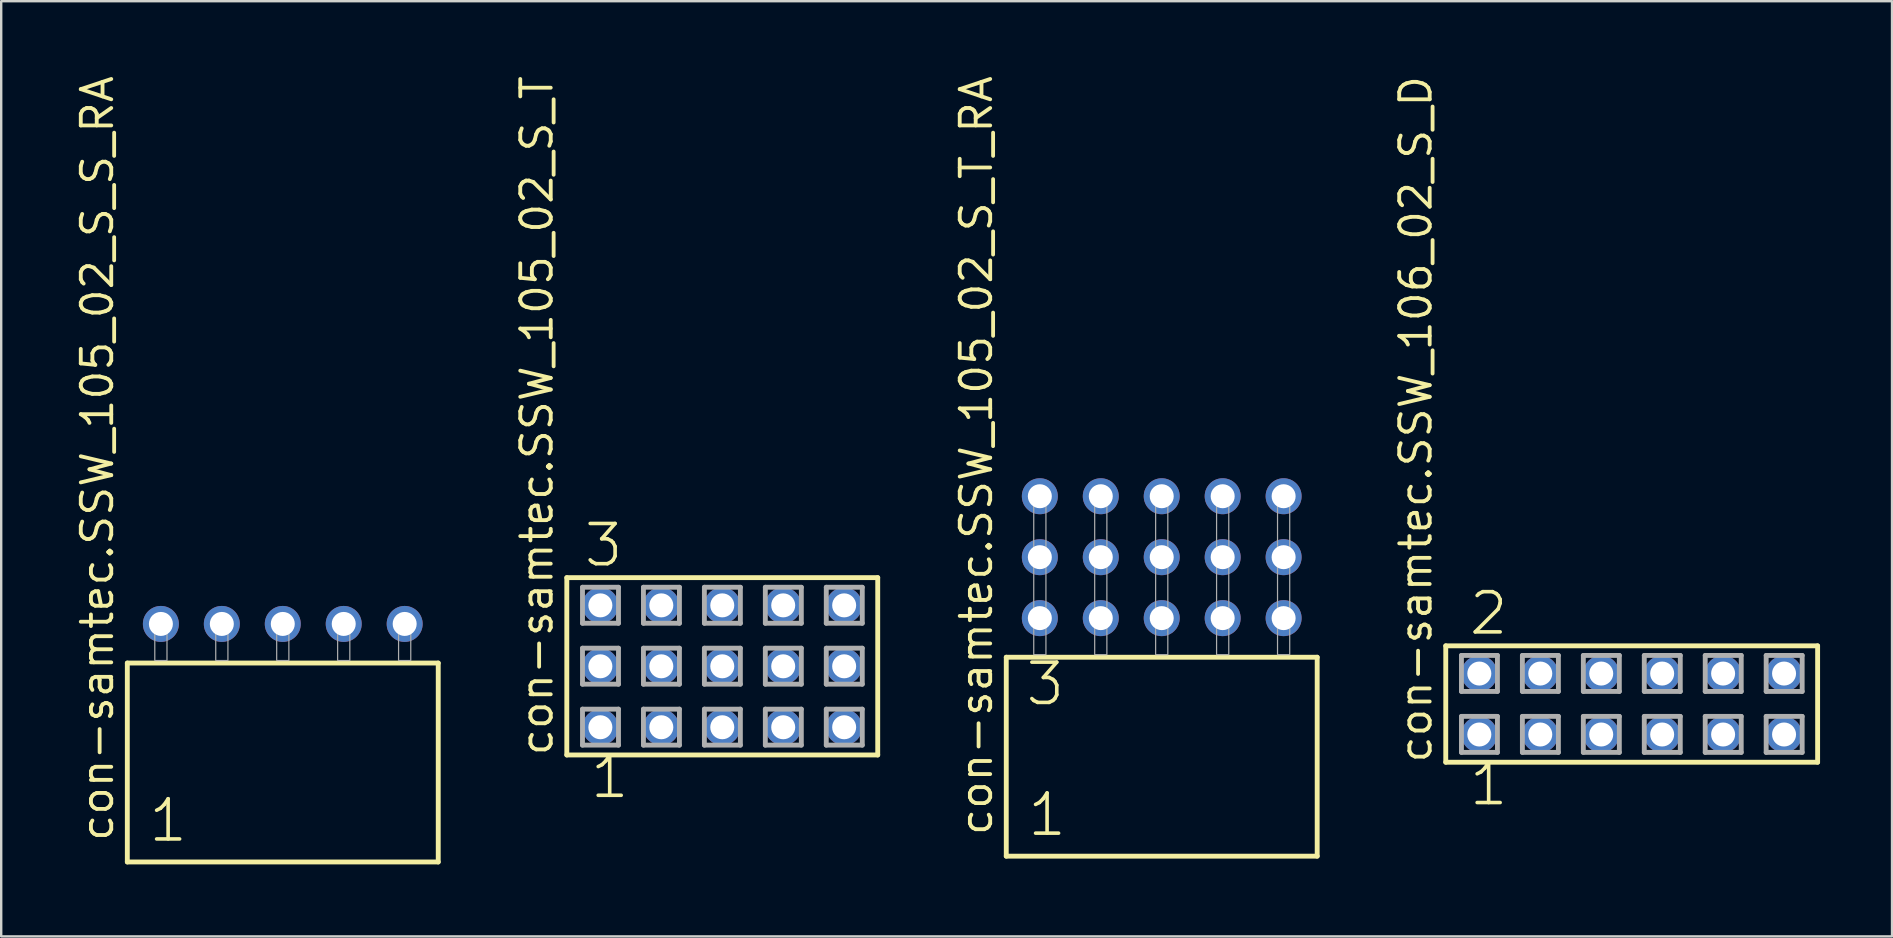
<source format=kicad_pcb>
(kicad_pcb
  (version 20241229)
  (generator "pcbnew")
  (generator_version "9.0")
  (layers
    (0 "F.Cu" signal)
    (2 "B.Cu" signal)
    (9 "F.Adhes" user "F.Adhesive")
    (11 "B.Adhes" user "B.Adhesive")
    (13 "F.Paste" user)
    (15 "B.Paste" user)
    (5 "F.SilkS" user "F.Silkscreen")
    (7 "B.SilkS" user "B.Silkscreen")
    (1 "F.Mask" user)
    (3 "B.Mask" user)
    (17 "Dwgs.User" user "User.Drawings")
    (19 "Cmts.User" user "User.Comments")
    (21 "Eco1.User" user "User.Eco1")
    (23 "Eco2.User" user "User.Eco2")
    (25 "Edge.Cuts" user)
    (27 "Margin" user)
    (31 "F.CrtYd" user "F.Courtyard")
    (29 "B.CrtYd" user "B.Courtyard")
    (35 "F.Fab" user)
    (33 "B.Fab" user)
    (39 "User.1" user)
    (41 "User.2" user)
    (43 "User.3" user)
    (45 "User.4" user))
  (footprint "con-samtec.SSW_105_02_S_T"
    (layer "F.Cu")
    (at 27.051 24.719)
    (property "Reference" "con-samtec.SSW_105_02_S_T" (at -6.985 3.81 90) (layer "F.SilkS") (effects (font (size 1.27 1.27) (thickness 0.16)) (justify left bottom)))
    (attr through_hole)
    (fp_line (start -6.479 -3.695) (end 6.479 -3.695) (stroke (width 0.203) (type default)) (layer "F.SilkS"))
    (fp_line (start -6.479 3.695) (end -6.479 -3.695) (stroke (width 0.203) (type default)) (layer "F.SilkS"))
    (fp_line (start 6.479 -3.695) (end 6.479 3.695) (stroke (width 0.203) (type default)) (layer "F.SilkS"))
    (fp_line (start 6.479 3.695) (end -6.479 3.695) (stroke (width 0.203) (type default)) (layer "F.SilkS"))
    (fp_line (start -5.825 -3.295) (end -4.325 -3.295) (stroke (width 0.203) (type default)) (layer "F.Fab"))
    (fp_line (start -5.825 -1.795) (end -5.825 -3.295) (stroke (width 0.203) (type default)) (layer "F.Fab"))
    (fp_line (start -5.825 -0.755) (end -4.325 -0.755) (stroke (width 0.203) (type default)) (layer "F.Fab"))
    (fp_line (start -5.825 0.745) (end -5.825 -0.755) (stroke (width 0.203) (type default)) (layer "F.Fab"))
    (fp_line (start -5.825 1.785) (end -4.325 1.785) (stroke (width 0.203) (type default)) (layer "F.Fab"))
    (fp_line (start -5.825 3.285) (end -5.825 1.785) (stroke (width 0.203) (type default)) (layer "F.Fab"))
    (fp_line (start -4.325 -3.295) (end -4.325 -1.795) (stroke (width 0.203) (type default)) (layer "F.Fab"))
    (fp_line (start -4.325 -1.795) (end -5.825 -1.795) (stroke (width 0.203) (type default)) (layer "F.Fab"))
    (fp_line (start -4.325 -0.755) (end -4.325 0.745) (stroke (width 0.203) (type default)) (layer "F.Fab"))
    (fp_line (start -4.325 0.745) (end -5.825 0.745) (stroke (width 0.203) (type default)) (layer "F.Fab"))
    (fp_line (start -4.325 1.785) (end -4.325 3.285) (stroke (width 0.203) (type default)) (layer "F.Fab"))
    (fp_line (start -4.325 3.285) (end -5.825 3.285) (stroke (width 0.203) (type default)) (layer "F.Fab"))
    (fp_line (start -3.285 -3.295) (end -1.785 -3.295) (stroke (width 0.203) (type default)) (layer "F.Fab"))
    (fp_line (start -3.285 -1.795) (end -3.285 -3.295) (stroke (width 0.203) (type default)) (layer "F.Fab"))
    (fp_line (start -3.285 -0.755) (end -1.785 -0.755) (stroke (width 0.203) (type default)) (layer "F.Fab"))
    (fp_line (start -3.285 0.745) (end -3.285 -0.755) (stroke (width 0.203) (type default)) (layer "F.Fab"))
    (fp_line (start -3.285 1.785) (end -1.785 1.785) (stroke (width 0.203) (type default)) (layer "F.Fab"))
    (fp_line (start -3.285 3.285) (end -3.285 1.785) (stroke (width 0.203) (type default)) (layer "F.Fab"))
    (fp_line (start -1.785 -3.295) (end -1.785 -1.795) (stroke (width 0.203) (type default)) (layer "F.Fab"))
    (fp_line (start -1.785 -1.795) (end -3.285 -1.795) (stroke (width 0.203) (type default)) (layer "F.Fab"))
    (fp_line (start -1.785 -0.755) (end -1.785 0.745) (stroke (width 0.203) (type default)) (layer "F.Fab"))
    (fp_line (start -1.785 0.745) (end -3.285 0.745) (stroke (width 0.203) (type default)) (layer "F.Fab"))
    (fp_line (start -1.785 1.785) (end -1.785 3.285) (stroke (width 0.203) (type default)) (layer "F.Fab"))
    (fp_line (start -1.785 3.285) (end -3.285 3.285) (stroke (width 0.203) (type default)) (layer "F.Fab"))
    (fp_line (start -0.745 -3.295) (end 0.755 -3.295) (stroke (width 0.203) (type default)) (layer "F.Fab"))
    (fp_line (start -0.745 -1.795) (end -0.745 -3.295) (stroke (width 0.203) (type default)) (layer "F.Fab"))
    (fp_line (start -0.745 -0.755) (end 0.755 -0.755) (stroke (width 0.203) (type default)) (layer "F.Fab"))
    (fp_line (start -0.745 0.745) (end -0.745 -0.755) (stroke (width 0.203) (type default)) (layer "F.Fab"))
    (fp_line (start -0.745 1.785) (end 0.755 1.785) (stroke (width 0.203) (type default)) (layer "F.Fab"))
    (fp_line (start -0.745 3.285) (end -0.745 1.785) (stroke (width 0.203) (type default)) (layer "F.Fab"))
    (fp_line (start 0.755 -3.295) (end 0.755 -1.795) (stroke (width 0.203) (type default)) (layer "F.Fab"))
    (fp_line (start 0.755 -1.795) (end -0.745 -1.795) (stroke (width 0.203) (type default)) (layer "F.Fab"))
    (fp_line (start 0.755 -0.755) (end 0.755 0.745) (stroke (width 0.203) (type default)) (layer "F.Fab"))
    (fp_line (start 0.755 0.745) (end -0.745 0.745) (stroke (width 0.203) (type default)) (layer "F.Fab"))
    (fp_line (start 0.755 1.785) (end 0.755 3.285) (stroke (width 0.203) (type default)) (layer "F.Fab"))
    (fp_line (start 0.755 3.285) (end -0.745 3.285) (stroke (width 0.203) (type default)) (layer "F.Fab"))
    (fp_line (start 1.795 -3.295) (end 3.295 -3.295) (stroke (width 0.203) (type default)) (layer "F.Fab"))
    (fp_line (start 1.795 -1.795) (end 1.795 -3.295) (stroke (width 0.203) (type default)) (layer "F.Fab"))
    (fp_line (start 1.795 -0.755) (end 3.295 -0.755) (stroke (width 0.203) (type default)) (layer "F.Fab"))
    (fp_line (start 1.795 0.745) (end 1.795 -0.755) (stroke (width 0.203) (type default)) (layer "F.Fab"))
    (fp_line (start 1.795 1.785) (end 3.295 1.785) (stroke (width 0.203) (type default)) (layer "F.Fab"))
    (fp_line (start 1.795 3.285) (end 1.795 1.785) (stroke (width 0.203) (type default)) (layer "F.Fab"))
    (fp_line (start 3.295 -3.295) (end 3.295 -1.795) (stroke (width 0.203) (type default)) (layer "F.Fab"))
    (fp_line (start 3.295 -1.795) (end 1.795 -1.795) (stroke (width 0.203) (type default)) (layer "F.Fab"))
    (fp_line (start 3.295 -0.755) (end 3.295 0.745) (stroke (width 0.203) (type default)) (layer "F.Fab"))
    (fp_line (start 3.295 0.745) (end 1.795 0.745) (stroke (width 0.203) (type default)) (layer "F.Fab"))
    (fp_line (start 3.295 1.785) (end 3.295 3.285) (stroke (width 0.203) (type default)) (layer "F.Fab"))
    (fp_line (start 3.295 3.285) (end 1.795 3.285) (stroke (width 0.203) (type default)) (layer "F.Fab"))
    (fp_line (start 4.335 -3.295) (end 5.835 -3.295) (stroke (width 0.203) (type default)) (layer "F.Fab"))
    (fp_line (start 4.335 -1.795) (end 4.335 -3.295) (stroke (width 0.203) (type default)) (layer "F.Fab"))
    (fp_line (start 4.335 -0.755) (end 5.835 -0.755) (stroke (width 0.203) (type default)) (layer "F.Fab"))
    (fp_line (start 4.335 0.745) (end 4.335 -0.755) (stroke (width 0.203) (type default)) (layer "F.Fab"))
    (fp_line (start 4.335 1.785) (end 5.835 1.785) (stroke (width 0.203) (type default)) (layer "F.Fab"))
    (fp_line (start 4.335 3.285) (end 4.335 1.785) (stroke (width 0.203) (type default)) (layer "F.Fab"))
    (fp_line (start 5.835 -3.295) (end 5.835 -1.795) (stroke (width 0.203) (type default)) (layer "F.Fab"))
    (fp_line (start 5.835 -1.795) (end 4.335 -1.795) (stroke (width 0.203) (type default)) (layer "F.Fab"))
    (fp_line (start 5.835 -0.755) (end 5.835 0.745) (stroke (width 0.203) (type default)) (layer "F.Fab"))
    (fp_line (start 5.835 0.745) (end 4.335 0.745) (stroke (width 0.203) (type default)) (layer "F.Fab"))
    (fp_line (start 5.835 1.785) (end 5.835 3.285) (stroke (width 0.203) (type default)) (layer "F.Fab"))
    (fp_line (start 5.835 3.285) (end 4.335 3.285) (stroke (width 0.203) (type default)) (layer "F.Fab"))
    (fp_text user "3" (at -5.842 -4.064 0) (layer "F.SilkS") (effects (font (size 1.676 1.676) (thickness 0.15)) (justify left bottom)))
    (fp_text user "1" (at -5.588 5.588 0) (layer "F.SilkS") (effects (font (size 1.676 1.676) (thickness 0.15)) (justify left bottom)))
    (pad "1" thru_hole circle (at -5.08 2.54) (size 1.5 1.5) (drill 1) (layers "*.Cu" "*.Mask"))
    (pad "2" thru_hole circle (at -5.08 0) (size 1.5 1.5) (drill 1) (layers "*.Cu" "*.Mask"))
    (pad "3" thru_hole circle (at -5.08 -2.54) (size 1.5 1.5) (drill 1) (layers "*.Cu" "*.Mask"))
    (pad "4" thru_hole circle (at -2.54 2.54) (size 1.5 1.5) (drill 1) (layers "*.Cu" "*.Mask"))
    (pad "5" thru_hole circle (at -2.54 0) (size 1.5 1.5) (drill 1) (layers "*.Cu" "*.Mask"))
    (pad "6" thru_hole circle (at -2.54 -2.54) (size 1.5 1.5) (drill 1) (layers "*.Cu" "*.Mask"))
    (pad "7" thru_hole circle (at 0 2.54) (size 1.5 1.5) (drill 1) (layers "*.Cu" "*.Mask"))
    (pad "8" thru_hole circle (at 0 0) (size 1.5 1.5) (drill 1) (layers "*.Cu" "*.Mask"))
    (pad "9" thru_hole circle (at 0 -2.54) (size 1.5 1.5) (drill 1) (layers "*.Cu" "*.Mask"))
    (pad "10" thru_hole circle (at 2.54 2.54) (size 1.5 1.5) (drill 1) (layers "*.Cu" "*.Mask"))
    (pad "11" thru_hole circle (at 2.54 0) (size 1.5 1.5) (drill 1) (layers "*.Cu" "*.Mask"))
    (pad "12" thru_hole circle (at 2.54 -2.54) (size 1.5 1.5) (drill 1) (layers "*.Cu" "*.Mask"))
    (pad "13" thru_hole circle (at 5.08 2.54) (size 1.5 1.5) (drill 1) (layers "*.Cu" "*.Mask"))
    (pad "14" thru_hole circle (at 5.08 0) (size 1.5 1.5) (drill 1) (layers "*.Cu" "*.Mask"))
    (pad "15" thru_hole circle (at 5.08 -2.54) (size 1.5 1.5) (drill 1) (layers "*.Cu" "*.Mask")))
  (footprint "con-samtec.SSW_106_02_S_D"
    (layer "F.Cu")
    (at 64.952 26.291)
    (property "Reference" "con-samtec.SSW_106_02_S_D" (at -8.255 2.54 90) (layer "F.SilkS") (effects (font (size 1.27 1.27) (thickness 0.16)) (justify left bottom)))
    (attr through_hole)
    (fp_line (start -7.749 -2.425) (end 7.749 -2.425) (stroke (width 0.203) (type default)) (layer "F.SilkS"))
    (fp_line (start -7.749 2.425) (end -7.749 -2.425) (stroke (width 0.203) (type default)) (layer "F.SilkS"))
    (fp_line (start 7.749 -2.425) (end 7.749 2.425) (stroke (width 0.203) (type default)) (layer "F.SilkS"))
    (fp_line (start 7.749 2.425) (end -7.749 2.425) (stroke (width 0.203) (type default)) (layer "F.SilkS"))
    (fp_line (start -7.095 -2.025) (end -5.595 -2.025) (stroke (width 0.203) (type default)) (layer "F.Fab"))
    (fp_line (start -7.095 -0.525) (end -7.095 -2.025) (stroke (width 0.203) (type default)) (layer "F.Fab"))
    (fp_line (start -7.095 0.515) (end -5.595 0.515) (stroke (width 0.203) (type default)) (layer "F.Fab"))
    (fp_line (start -7.095 2.015) (end -7.095 0.515) (stroke (width 0.203) (type default)) (layer "F.Fab"))
    (fp_line (start -5.595 -2.025) (end -5.595 -0.525) (stroke (width 0.203) (type default)) (layer "F.Fab"))
    (fp_line (start -5.595 -0.525) (end -7.095 -0.525) (stroke (width 0.203) (type default)) (layer "F.Fab"))
    (fp_line (start -5.595 0.515) (end -5.595 2.015) (stroke (width 0.203) (type default)) (layer "F.Fab"))
    (fp_line (start -5.595 2.015) (end -7.095 2.015) (stroke (width 0.203) (type default)) (layer "F.Fab"))
    (fp_line (start -4.555 -2.025) (end -3.055 -2.025) (stroke (width 0.203) (type default)) (layer "F.Fab"))
    (fp_line (start -4.555 -0.525) (end -4.555 -2.025) (stroke (width 0.203) (type default)) (layer "F.Fab"))
    (fp_line (start -4.555 0.515) (end -3.055 0.515) (stroke (width 0.203) (type default)) (layer "F.Fab"))
    (fp_line (start -4.555 2.015) (end -4.555 0.515) (stroke (width 0.203) (type default)) (layer "F.Fab"))
    (fp_line (start -3.055 -2.025) (end -3.055 -0.525) (stroke (width 0.203) (type default)) (layer "F.Fab"))
    (fp_line (start -3.055 -0.525) (end -4.555 -0.525) (stroke (width 0.203) (type default)) (layer "F.Fab"))
    (fp_line (start -3.055 0.515) (end -3.055 2.015) (stroke (width 0.203) (type default)) (layer "F.Fab"))
    (fp_line (start -3.055 2.015) (end -4.555 2.015) (stroke (width 0.203) (type default)) (layer "F.Fab"))
    (fp_line (start -2.015 -2.025) (end -0.515 -2.025) (stroke (width 0.203) (type default)) (layer "F.Fab"))
    (fp_line (start -2.015 -0.525) (end -2.015 -2.025) (stroke (width 0.203) (type default)) (layer "F.Fab"))
    (fp_line (start -2.015 0.515) (end -0.515 0.515) (stroke (width 0.203) (type default)) (layer "F.Fab"))
    (fp_line (start -2.015 2.015) (end -2.015 0.515) (stroke (width 0.203) (type default)) (layer "F.Fab"))
    (fp_line (start -0.515 -2.025) (end -0.515 -0.525) (stroke (width 0.203) (type default)) (layer "F.Fab"))
    (fp_line (start -0.515 -0.525) (end -2.015 -0.525) (stroke (width 0.203) (type default)) (layer "F.Fab"))
    (fp_line (start -0.515 0.515) (end -0.515 2.015) (stroke (width 0.203) (type default)) (layer "F.Fab"))
    (fp_line (start -0.515 2.015) (end -2.015 2.015) (stroke (width 0.203) (type default)) (layer "F.Fab"))
    (fp_line (start 0.525 -2.025) (end 2.025 -2.025) (stroke (width 0.203) (type default)) (layer "F.Fab"))
    (fp_line (start 0.525 -0.525) (end 0.525 -2.025) (stroke (width 0.203) (type default)) (layer "F.Fab"))
    (fp_line (start 0.525 0.515) (end 2.025 0.515) (stroke (width 0.203) (type default)) (layer "F.Fab"))
    (fp_line (start 0.525 2.015) (end 0.525 0.515) (stroke (width 0.203) (type default)) (layer "F.Fab"))
    (fp_line (start 2.025 -2.025) (end 2.025 -0.525) (stroke (width 0.203) (type default)) (layer "F.Fab"))
    (fp_line (start 2.025 -0.525) (end 0.525 -0.525) (stroke (width 0.203) (type default)) (layer "F.Fab"))
    (fp_line (start 2.025 0.515) (end 2.025 2.015) (stroke (width 0.203) (type default)) (layer "F.Fab"))
    (fp_line (start 2.025 2.015) (end 0.525 2.015) (stroke (width 0.203) (type default)) (layer "F.Fab"))
    (fp_line (start 3.065 -2.025) (end 4.565 -2.025) (stroke (width 0.203) (type default)) (layer "F.Fab"))
    (fp_line (start 3.065 -0.525) (end 3.065 -2.025) (stroke (width 0.203) (type default)) (layer "F.Fab"))
    (fp_line (start 3.065 0.515) (end 4.565 0.515) (stroke (width 0.203) (type default)) (layer "F.Fab"))
    (fp_line (start 3.065 2.015) (end 3.065 0.515) (stroke (width 0.203) (type default)) (layer "F.Fab"))
    (fp_line (start 4.565 -2.025) (end 4.565 -0.525) (stroke (width 0.203) (type default)) (layer "F.Fab"))
    (fp_line (start 4.565 -0.525) (end 3.065 -0.525) (stroke (width 0.203) (type default)) (layer "F.Fab"))
    (fp_line (start 4.565 0.515) (end 4.565 2.015) (stroke (width 0.203) (type default)) (layer "F.Fab"))
    (fp_line (start 4.565 2.015) (end 3.065 2.015) (stroke (width 0.203) (type default)) (layer "F.Fab"))
    (fp_line (start 5.605 -2.025) (end 7.105 -2.025) (stroke (width 0.203) (type default)) (layer "F.Fab"))
    (fp_line (start 5.605 -0.525) (end 5.605 -2.025) (stroke (width 0.203) (type default)) (layer "F.Fab"))
    (fp_line (start 5.605 0.515) (end 7.105 0.515) (stroke (width 0.203) (type default)) (layer "F.Fab"))
    (fp_line (start 5.605 2.015) (end 5.605 0.515) (stroke (width 0.203) (type default)) (layer "F.Fab"))
    (fp_line (start 7.105 -2.025) (end 7.105 -0.525) (stroke (width 0.203) (type default)) (layer "F.Fab"))
    (fp_line (start 7.105 -0.525) (end 5.605 -0.525) (stroke (width 0.203) (type default)) (layer "F.Fab"))
    (fp_line (start 7.105 0.515) (end 7.105 2.015) (stroke (width 0.203) (type default)) (layer "F.Fab"))
    (fp_line (start 7.105 2.015) (end 5.605 2.015) (stroke (width 0.203) (type default)) (layer "F.Fab"))
    (fp_text user "2" (at -6.858 -2.794 0) (layer "F.SilkS") (effects (font (size 1.676 1.676) (thickness 0.15)) (justify left bottom)))
    (fp_text user "1" (at -6.858 4.318 0) (layer "F.SilkS") (effects (font (size 1.676 1.676) (thickness 0.15)) (justify left bottom)))
    (pad "1" thru_hole circle (at -6.35 1.27) (size 1.5 1.5) (drill 1) (layers "*.Cu" "*.Mask"))
    (pad "2" thru_hole circle (at -6.35 -1.27) (size 1.5 1.5) (drill 1) (layers "*.Cu" "*.Mask"))
    (pad "3" thru_hole circle (at -3.81 1.27) (size 1.5 1.5) (drill 1) (layers "*.Cu" "*.Mask"))
    (pad "4" thru_hole circle (at -3.81 -1.27) (size 1.5 1.5) (drill 1) (layers "*.Cu" "*.Mask"))
    (pad "5" thru_hole circle (at -1.27 1.27) (size 1.5 1.5) (drill 1) (layers "*.Cu" "*.Mask"))
    (pad "6" thru_hole circle (at -1.27 -1.27) (size 1.5 1.5) (drill 1) (layers "*.Cu" "*.Mask"))
    (pad "7" thru_hole circle (at 1.27 1.27) (size 1.5 1.5) (drill 1) (layers "*.Cu" "*.Mask"))
    (pad "8" thru_hole circle (at 1.27 -1.27) (size 1.5 1.5) (drill 1) (layers "*.Cu" "*.Mask"))
    (pad "9" thru_hole circle (at 3.81 1.27) (size 1.5 1.5) (drill 1) (layers "*.Cu" "*.Mask"))
    (pad "10" thru_hole circle (at 3.81 -1.27) (size 1.5 1.5) (drill 1) (layers "*.Cu" "*.Mask"))
    (pad "11" thru_hole circle (at 6.35 1.27) (size 1.5 1.5) (drill 1) (layers "*.Cu" "*.Mask"))
    (pad "12" thru_hole circle (at 6.35 -1.27) (size 1.5 1.5) (drill 1) (layers "*.Cu" "*.Mask")))
  (footprint "con-samtec.SSW_105_02_S_S_RA"
    (layer "F.Cu")
    (at 8.735 24.477)
    (property "Reference" "con-samtec.SSW_105_02_S_S_RA" (at -6.985 7.62 90) (layer "F.SilkS") (effects (font (size 1.27 1.27) (thickness 0.16)) (justify left bottom)))
    (attr through_hole)
    (fp_line (start -6.479 0.106) (end -6.479 8.396) (stroke (width 0.203) (type default)) (layer "F.SilkS"))
    (fp_line (start -6.479 8.396) (end 6.479 8.396) (stroke (width 0.203) (type default)) (layer "F.SilkS"))
    (fp_line (start 6.479 0.106) (end -6.479 0.106) (stroke (width 0.203) (type default)) (layer "F.SilkS"))
    (fp_line (start 6.479 8.396) (end 6.479 0.106) (stroke (width 0.203) (type default)) (layer "F.SilkS"))
    (fp_rect (start -5.334 0) (end -4.826 -1.778) (stroke (width 0.05) (type default)) (fill no) (layer "F.Fab"))
    (fp_rect (start -2.794 0) (end -2.286 -1.778) (stroke (width 0.05) (type default)) (fill no) (layer "F.Fab"))
    (fp_rect (start -0.254 0) (end 0.254 -1.778) (stroke (width 0.05) (type default)) (fill no) (layer "F.Fab"))
    (fp_rect (start 2.286 0) (end 2.794 -1.778) (stroke (width 0.05) (type default)) (fill no) (layer "F.Fab"))
    (fp_rect (start 4.826 0) (end 5.334 -1.778) (stroke (width 0.05) (type default)) (fill no) (layer "F.Fab"))
    (fp_text user "1" (at -5.675 7.65 0) (layer "F.SilkS") (effects (font (size 1.676 1.676) (thickness 0.15)) (justify left bottom)))
    (pad "1" thru_hole circle (at -5.08 -1.524) (size 1.5 1.5) (drill 1) (layers "*.Cu" "*.Mask"))
    (pad "2" thru_hole circle (at -2.54 -1.524) (size 1.5 1.5) (drill 1) (layers "*.Cu" "*.Mask"))
    (pad "3" thru_hole circle (at 0 -1.524) (size 1.5 1.5) (drill 1) (layers "*.Cu" "*.Mask"))
    (pad "4" thru_hole circle (at 2.54 -1.524) (size 1.5 1.5) (drill 1) (layers "*.Cu" "*.Mask"))
    (pad "5" thru_hole circle (at 5.08 -1.524) (size 1.5 1.5) (drill 1) (layers "*.Cu" "*.Mask")))
  (footprint "con-samtec.SSW_105_02_S_T_RA"
    (layer "F.Cu")
    (at 45.366 24.235)
    (property "Reference" "con-samtec.SSW_105_02_S_T_RA" (at -6.985 7.62 90) (layer "F.SilkS") (effects (font (size 1.27 1.27) (thickness 0.16)) (justify left bottom)))
    (attr through_hole)
    (fp_line (start -6.479 0.106) (end -6.479 8.396) (stroke (width 0.203) (type default)) (layer "F.SilkS"))
    (fp_line (start -6.479 8.396) (end 6.479 8.396) (stroke (width 0.203) (type default)) (layer "F.SilkS"))
    (fp_line (start 6.479 0.106) (end -6.479 0.106) (stroke (width 0.203) (type default)) (layer "F.SilkS"))
    (fp_line (start 6.479 8.396) (end 6.479 0.106) (stroke (width 0.203) (type default)) (layer "F.SilkS"))
    (fp_rect (start -5.334 0) (end -4.826 -6.858) (stroke (width 0.05) (type default)) (fill no) (layer "F.Fab"))
    (fp_rect (start -2.794 0) (end -2.286 -6.858) (stroke (width 0.05) (type default)) (fill no) (layer "F.Fab"))
    (fp_rect (start -0.254 0) (end 0.254 -6.858) (stroke (width 0.05) (type default)) (fill no) (layer "F.Fab"))
    (fp_rect (start 2.286 0) (end 2.794 -6.858) (stroke (width 0.05) (type default)) (fill no) (layer "F.Fab"))
    (fp_rect (start 4.826 0) (end 5.334 -6.858) (stroke (width 0.05) (type default)) (fill no) (layer "F.Fab"))
    (fp_text user "3" (at -5.75 2.2 0) (layer "F.SilkS") (effects (font (size 1.676 1.676) (thickness 0.15)) (justify left bottom)))
    (fp_text user "1" (at -5.675 7.65 0) (layer "F.SilkS") (effects (font (size 1.676 1.676) (thickness 0.15)) (justify left bottom)))
    (pad "1" thru_hole circle (at -5.08 -1.524) (size 1.5 1.5) (drill 1) (layers "*.Cu" "*.Mask"))
    (pad "2" thru_hole circle (at -5.08 -4.064) (size 1.5 1.5) (drill 1) (layers "*.Cu" "*.Mask"))
    (pad "3" thru_hole circle (at -5.08 -6.604) (size 1.5 1.5) (drill 1) (layers "*.Cu" "*.Mask"))
    (pad "4" thru_hole circle (at -2.54 -1.524) (size 1.5 1.5) (drill 1) (layers "*.Cu" "*.Mask"))
    (pad "5" thru_hole circle (at -2.54 -4.064) (size 1.5 1.5) (drill 1) (layers "*.Cu" "*.Mask"))
    (pad "6" thru_hole circle (at -2.54 -6.604) (size 1.5 1.5) (drill 1) (layers "*.Cu" "*.Mask"))
    (pad "7" thru_hole circle (at 0 -1.524) (size 1.5 1.5) (drill 1) (layers "*.Cu" "*.Mask"))
    (pad "8" thru_hole circle (at 0 -4.064) (size 1.5 1.5) (drill 1) (layers "*.Cu" "*.Mask"))
    (pad "9" thru_hole circle (at 0 -6.604) (size 1.5 1.5) (drill 1) (layers "*.Cu" "*.Mask"))
    (pad "10" thru_hole circle (at 2.54 -1.524) (size 1.5 1.5) (drill 1) (layers "*.Cu" "*.Mask"))
    (pad "11" thru_hole circle (at 2.54 -4.064) (size 1.5 1.5) (drill 1) (layers "*.Cu" "*.Mask"))
    (pad "12" thru_hole circle (at 2.54 -6.604) (size 1.5 1.5) (drill 1) (layers "*.Cu" "*.Mask"))
    (pad "13" thru_hole circle (at 5.08 -1.524) (size 1.5 1.5) (drill 1) (layers "*.Cu" "*.Mask"))
    (pad "14" thru_hole circle (at 5.08 -4.064) (size 1.5 1.5) (drill 1) (layers "*.Cu" "*.Mask"))
    (pad "15" thru_hole circle (at 5.08 -6.604) (size 1.5 1.5) (drill 1) (layers "*.Cu" "*.Mask")))
  (gr_rect
    (start -3 -3)
    (end 75.802 35.975)
    (stroke (width 0.1) (type default))
    (fill no)
    (layer "Edge.Cuts")))
</source>
